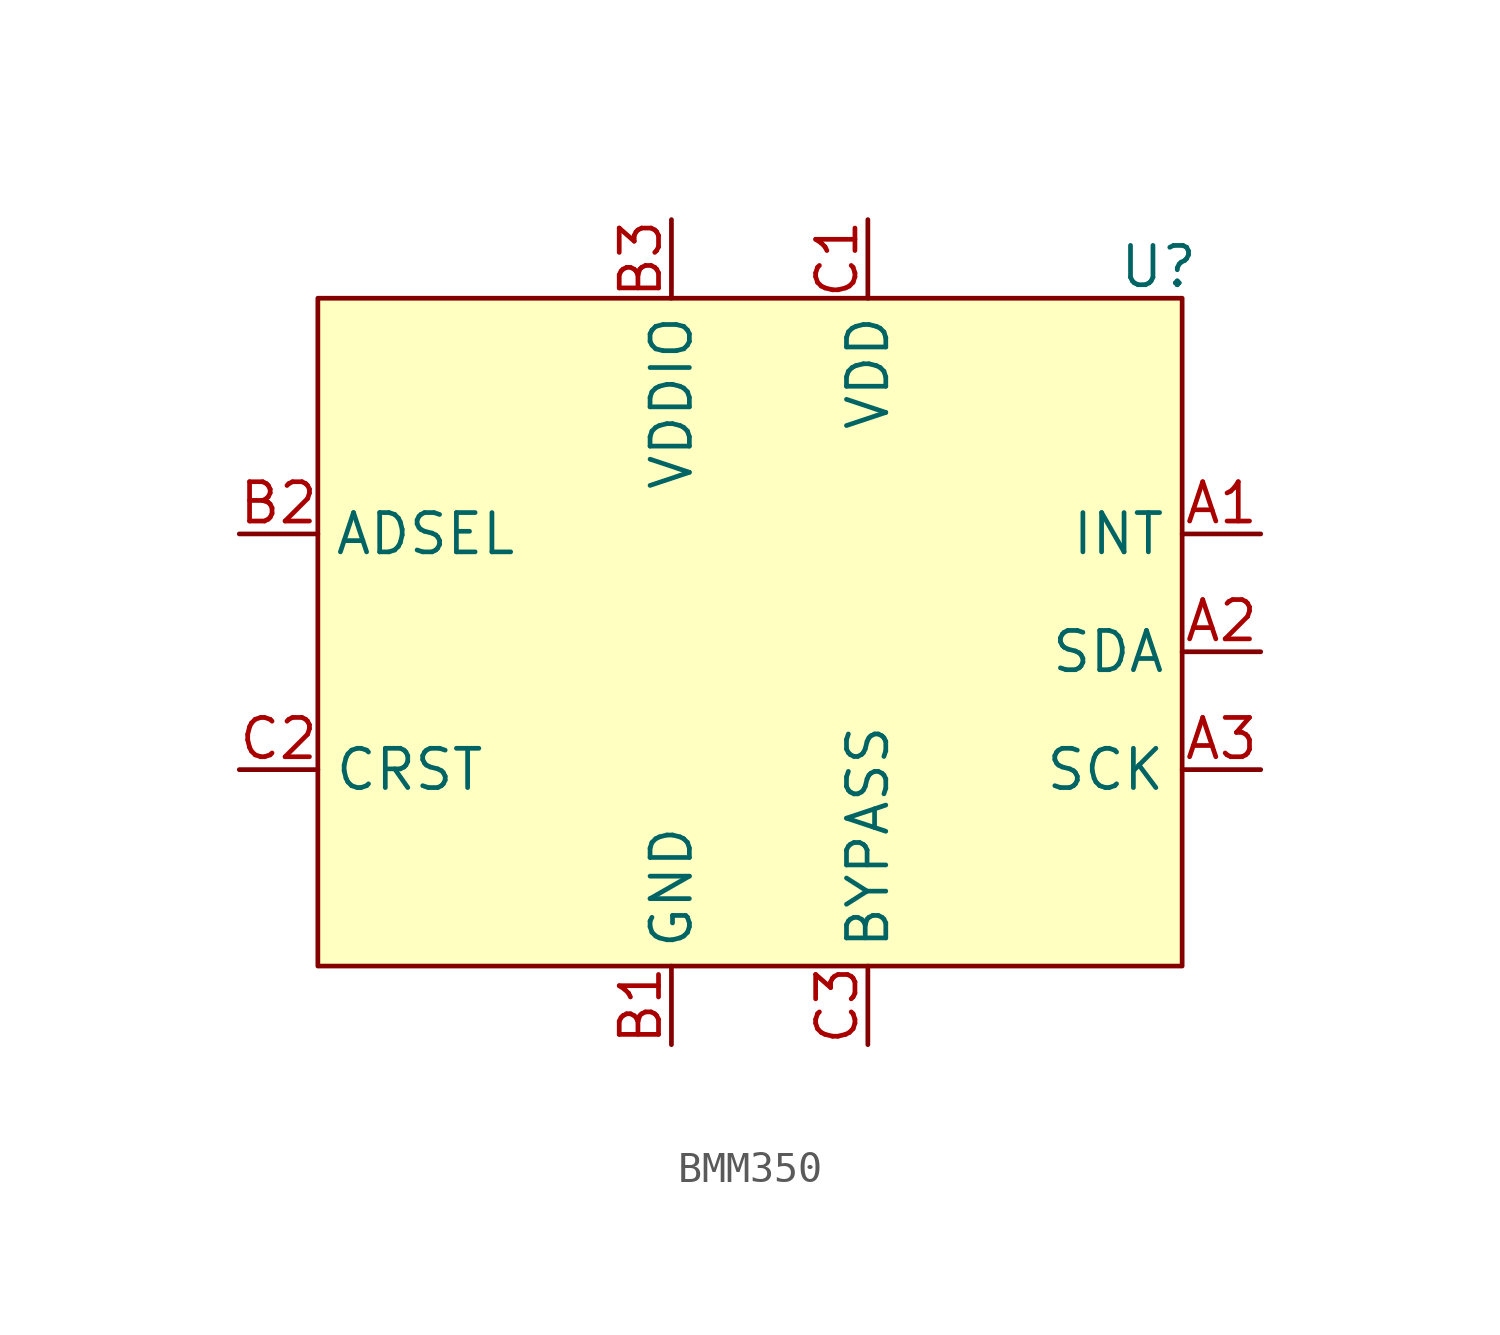
<source format=kicad_sym>
(kicad_symbol_lib
  (version 20241209)
  (generator "kicad_symbol_editor")
  (generator_version "9.0")
  (symbol "BMM350"
    (property "Reference" "U"
      (at 13.208 11.176 0)
      (effects (font (size 1.27 1.27))))
    (property "Value" ""
      (at 0 0 0)
      (effects (font (size 1.27 1.27))))
    (symbol "BMM350_1_1"
      (rectangle (start -13.97 10.16) (end 13.97 -11.43) (stroke (width 0) (type solid)) (fill (type background)))
      (pin input line (at -16.51 2.54 0) (length 2.54) (name "ADSEL" (effects (font (size 1.27 1.27)))) (number "B2" (effects (font (size 1.27 1.27)))))
      (pin passive line (at -16.51 -5.08 0) (length 2.54) (name "CRST" (effects (font (size 1.27 1.27)))) (number "C2" (effects (font (size 1.27 1.27)))))
      (pin power_in line (at -2.54 12.7 270) (length 2.54) (name "VDDIO" (effects (font (size 1.27 1.27)))) (number "B3" (effects (font (size 1.27 1.27)))))
      (pin power_in line (at -2.54 -13.97 90) (length 2.54) (name "GND" (effects (font (size 1.27 1.27)))) (number "B1" (effects (font (size 1.27 1.27)))))
      (pin power_in line (at 3.81 12.7 270) (length 2.54) (name "VDD" (effects (font (size 1.27 1.27)))) (number "C1" (effects (font (size 1.27 1.27)))))
      (pin passive line (at 3.81 -13.97 90) (length 2.54) (name "BYPASS" (effects (font (size 1.27 1.27)))) (number "C3" (effects (font (size 1.27 1.27)))))
      (pin output line (at 16.51 2.54 180) (length 2.54) (name "INT" (effects (font (size 1.27 1.27)))) (number "A1" (effects (font (size 1.27 1.27)))))
      (pin bidirectional line (at 16.51 -1.27 180) (length 2.54) (name "SDA" (effects (font (size 1.27 1.27)))) (number "A2" (effects (font (size 1.27 1.27)))))
      (pin input line (at 16.51 -5.08 180) (length 2.54) (name "SCK" (effects (font (size 1.27 1.27)))) (number "A3" (effects (font (size 1.27 1.27))))))))
</source>
